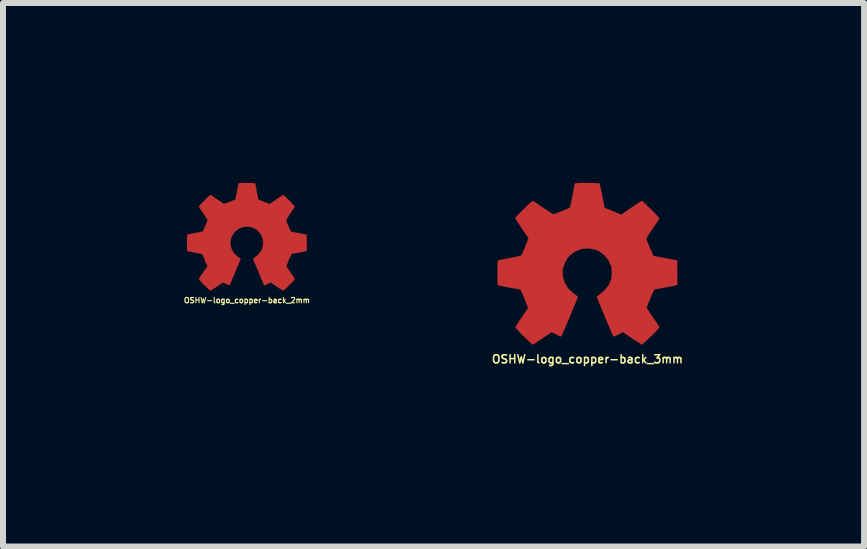
<source format=kicad_pcb>
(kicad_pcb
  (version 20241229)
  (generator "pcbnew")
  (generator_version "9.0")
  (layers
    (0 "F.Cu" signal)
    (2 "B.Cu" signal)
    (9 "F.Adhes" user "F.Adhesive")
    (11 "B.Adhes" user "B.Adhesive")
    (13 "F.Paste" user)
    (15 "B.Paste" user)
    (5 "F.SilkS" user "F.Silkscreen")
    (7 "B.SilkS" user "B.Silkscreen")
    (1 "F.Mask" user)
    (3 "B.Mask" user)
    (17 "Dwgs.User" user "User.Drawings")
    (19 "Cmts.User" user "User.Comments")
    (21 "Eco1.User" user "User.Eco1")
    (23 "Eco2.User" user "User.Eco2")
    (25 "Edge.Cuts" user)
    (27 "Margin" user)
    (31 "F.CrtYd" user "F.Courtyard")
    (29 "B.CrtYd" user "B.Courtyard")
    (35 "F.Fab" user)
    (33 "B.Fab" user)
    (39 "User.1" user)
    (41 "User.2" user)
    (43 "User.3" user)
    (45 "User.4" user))
  (footprint "OSHW-logo_copper-back_2mm"
    (layer "F.Cu")
    (at 1.066 0.898)
    (property "Reference" "OSHW-logo_copper-back_2mm" (at 0 1.059 0) (layer "F.SilkS") (effects (font (size 0.089 0.089) (thickness 0.018))))
    (attr through_hole)
    (fp_poly (pts (xy 0.605 0.897) (xy 0.594 0.892) (xy 0.572 0.876) (xy 0.538 0.856) (xy 0.498 0.828) (xy 0.46 0.803) (xy 0.427 0.78) (xy 0.404 0.765) (xy 0.394 0.759) (xy 0.389 0.762) (xy 0.371 0.772) (xy 0.343 0.785) (xy 0.328 0.792) (xy 0.302 0.805) (xy 0.29 0.808) (xy 0.287 0.803) (xy 0.277 0.785) (xy 0.264 0.752) (xy 0.244 0.709) (xy 0.224 0.658) (xy 0.201 0.602) (xy 0.178 0.546) (xy 0.155 0.493) (xy 0.135 0.445) (xy 0.119 0.406) (xy 0.109 0.378) (xy 0.104 0.368) (xy 0.107 0.366) (xy 0.119 0.353) (xy 0.14 0.338) (xy 0.188 0.297) (xy 0.234 0.239) (xy 0.264 0.173) (xy 0.272 0.099) (xy 0.264 0.033) (xy 0.239 -0.03) (xy 0.193 -0.091) (xy 0.137 -0.135) (xy 0.071 -0.163) (xy 0 -0.17) (xy -0.069 -0.163) (xy -0.135 -0.137) (xy -0.196 -0.091) (xy -0.218 -0.064) (xy -0.254 -0.003) (xy -0.274 0.058) (xy -0.274 0.074) (xy -0.272 0.145) (xy -0.251 0.213) (xy -0.216 0.272) (xy -0.163 0.323) (xy -0.157 0.328) (xy -0.132 0.345) (xy -0.117 0.356) (xy -0.104 0.366) (xy -0.193 0.582) (xy -0.208 0.617) (xy -0.234 0.676) (xy -0.254 0.726) (xy -0.272 0.767) (xy -0.284 0.792) (xy -0.29 0.805) (xy -0.297 0.805) (xy -0.312 0.8) (xy -0.343 0.785) (xy -0.363 0.775) (xy -0.386 0.765) (xy -0.396 0.759) (xy -0.406 0.765) (xy -0.427 0.78) (xy -0.46 0.8) (xy -0.498 0.826) (xy -0.533 0.851) (xy -0.569 0.874) (xy -0.592 0.889) (xy -0.605 0.897) (xy -0.607 0.897) (xy -0.617 0.889) (xy -0.638 0.874) (xy -0.665 0.846) (xy -0.706 0.805) (xy -0.714 0.8) (xy -0.747 0.765) (xy -0.775 0.734) (xy -0.795 0.714) (xy -0.8 0.706) (xy -0.795 0.693) (xy -0.78 0.668) (xy -0.757 0.635) (xy -0.729 0.594) (xy -0.658 0.49) (xy -0.699 0.394) (xy -0.709 0.363) (xy -0.724 0.328) (xy -0.737 0.302) (xy -0.742 0.29) (xy -0.752 0.287) (xy -0.78 0.279) (xy -0.818 0.272) (xy -0.864 0.264) (xy -0.909 0.254) (xy -0.947 0.246) (xy -0.978 0.241) (xy -0.991 0.239) (xy -0.993 0.236) (xy -0.996 0.231) (xy -0.998 0.218) (xy -0.998 0.193) (xy -0.998 0.155) (xy -0.998 0.099) (xy -0.998 0.094) (xy -0.998 0.041) (xy -0.998 0) (xy -0.996 -0.025) (xy -0.993 -0.036) (xy -0.98 -0.041) (xy -0.953 -0.046) (xy -0.914 -0.053) (xy -0.866 -0.064) (xy -0.864 -0.064) (xy -0.815 -0.071) (xy -0.777 -0.081) (xy -0.749 -0.086) (xy -0.737 -0.091) (xy -0.734 -0.094) (xy -0.724 -0.112) (xy -0.711 -0.142) (xy -0.696 -0.178) (xy -0.681 -0.213) (xy -0.665 -0.249) (xy -0.658 -0.272) (xy -0.655 -0.284) (xy -0.663 -0.295) (xy -0.678 -0.32) (xy -0.701 -0.353) (xy -0.729 -0.394) (xy -0.732 -0.399) (xy -0.759 -0.437) (xy -0.78 -0.472) (xy -0.795 -0.495) (xy -0.8 -0.505) (xy -0.8 -0.508) (xy -0.792 -0.518) (xy -0.772 -0.541) (xy -0.742 -0.572) (xy -0.706 -0.607) (xy -0.696 -0.617) (xy -0.658 -0.655) (xy -0.63 -0.681) (xy -0.612 -0.693) (xy -0.605 -0.699) (xy -0.605 -0.696) (xy -0.592 -0.691) (xy -0.566 -0.673) (xy -0.533 -0.65) (xy -0.493 -0.622) (xy -0.49 -0.62) (xy -0.45 -0.594) (xy -0.417 -0.572) (xy -0.394 -0.556) (xy -0.384 -0.549) (xy -0.381 -0.549) (xy -0.366 -0.554) (xy -0.335 -0.564) (xy -0.302 -0.577) (xy -0.264 -0.592) (xy -0.231 -0.607) (xy -0.206 -0.617) (xy -0.193 -0.625) (xy -0.188 -0.64) (xy -0.183 -0.671) (xy -0.173 -0.711) (xy -0.165 -0.759) (xy -0.163 -0.767) (xy -0.155 -0.815) (xy -0.147 -0.853) (xy -0.14 -0.881) (xy -0.137 -0.894) (xy -0.132 -0.894) (xy -0.107 -0.897) (xy -0.071 -0.897) (xy -0.028 -0.897) (xy 0.015 -0.897) (xy 0.058 -0.897) (xy 0.097 -0.894) (xy 0.122 -0.894) (xy 0.135 -0.892) (xy 0.135 -0.889) (xy 0.14 -0.876) (xy 0.145 -0.846) (xy 0.155 -0.805) (xy 0.163 -0.754) (xy 0.165 -0.747) (xy 0.173 -0.699) (xy 0.183 -0.66) (xy 0.188 -0.632) (xy 0.191 -0.622) (xy 0.196 -0.62) (xy 0.213 -0.612) (xy 0.246 -0.599) (xy 0.287 -0.582) (xy 0.378 -0.546) (xy 0.49 -0.622) (xy 0.5 -0.63) (xy 0.541 -0.658) (xy 0.574 -0.678) (xy 0.597 -0.693) (xy 0.607 -0.699) (xy 0.617 -0.688) (xy 0.64 -0.668) (xy 0.671 -0.638) (xy 0.706 -0.605) (xy 0.732 -0.577) (xy 0.762 -0.546) (xy 0.782 -0.526) (xy 0.792 -0.511) (xy 0.798 -0.503) (xy 0.795 -0.498) (xy 0.79 -0.485) (xy 0.772 -0.462) (xy 0.749 -0.427) (xy 0.721 -0.389) (xy 0.699 -0.353) (xy 0.676 -0.318) (xy 0.66 -0.29) (xy 0.653 -0.277) (xy 0.655 -0.272) (xy 0.663 -0.249) (xy 0.676 -0.216) (xy 0.693 -0.175) (xy 0.732 -0.086) (xy 0.79 -0.076) (xy 0.826 -0.069) (xy 0.876 -0.061) (xy 0.922 -0.051) (xy 0.996 -0.036) (xy 0.998 0.231) (xy 0.988 0.236) (xy 0.975 0.241) (xy 0.95 0.246) (xy 0.909 0.254) (xy 0.864 0.262) (xy 0.826 0.269) (xy 0.785 0.277) (xy 0.757 0.282) (xy 0.744 0.284) (xy 0.742 0.29) (xy 0.732 0.31) (xy 0.716 0.34) (xy 0.701 0.376) (xy 0.686 0.414) (xy 0.673 0.45) (xy 0.663 0.475) (xy 0.658 0.49) (xy 0.663 0.5) (xy 0.678 0.523) (xy 0.701 0.556) (xy 0.726 0.594) (xy 0.754 0.635) (xy 0.777 0.668) (xy 0.792 0.693) (xy 0.8 0.704) (xy 0.795 0.711) (xy 0.78 0.729) (xy 0.752 0.759) (xy 0.706 0.805) (xy 0.699 0.81) (xy 0.665 0.846) (xy 0.635 0.871) (xy 0.615 0.892) (xy 0.605 0.897)) (stroke (width 0.003) (type solid)) (fill yes) (layer "F.Cu")))
  (footprint "OSHW-logo_copper-back_3mm"
    (layer "F.Cu")
    (at 6.742 1.347)
    (property "Reference" "OSHW-logo_copper-back_3mm" (at 0 1.59 0) (layer "F.SilkS") (effects (font (size 0.135 0.135) (thickness 0.025))))
    (attr through_hole)
    (fp_poly (pts (xy 0.909 1.346) (xy 0.892 1.339) (xy 0.859 1.316) (xy 0.808 1.283) (xy 0.749 1.245) (xy 0.688 1.204) (xy 0.64 1.171) (xy 0.605 1.148) (xy 0.592 1.14) (xy 0.584 1.143) (xy 0.556 1.158) (xy 0.516 1.179) (xy 0.49 1.191) (xy 0.452 1.206) (xy 0.434 1.212) (xy 0.432 1.206) (xy 0.417 1.176) (xy 0.396 1.128) (xy 0.368 1.062) (xy 0.335 0.986) (xy 0.3 0.904) (xy 0.267 0.82) (xy 0.234 0.742) (xy 0.203 0.668) (xy 0.18 0.61) (xy 0.165 0.569) (xy 0.157 0.551) (xy 0.16 0.549) (xy 0.178 0.531) (xy 0.211 0.505) (xy 0.282 0.447) (xy 0.353 0.361) (xy 0.396 0.262) (xy 0.409 0.15) (xy 0.399 0.048) (xy 0.358 -0.048) (xy 0.29 -0.137) (xy 0.206 -0.203) (xy 0.109 -0.244) (xy 0 -0.257) (xy -0.104 -0.246) (xy -0.203 -0.206) (xy -0.292 -0.14) (xy -0.33 -0.097) (xy -0.381 -0.005) (xy -0.411 0.089) (xy -0.414 0.112) (xy -0.409 0.218) (xy -0.378 0.32) (xy -0.323 0.409) (xy -0.246 0.483) (xy -0.236 0.49) (xy -0.201 0.518) (xy -0.175 0.536) (xy -0.157 0.551) (xy -0.292 0.874) (xy -0.312 0.925) (xy -0.351 1.013) (xy -0.381 1.09) (xy -0.409 1.151) (xy -0.427 1.191) (xy -0.434 1.206) (xy -0.447 1.209) (xy -0.47 1.201) (xy -0.516 1.179) (xy -0.546 1.163) (xy -0.579 1.148) (xy -0.594 1.14) (xy -0.61 1.148) (xy -0.643 1.168) (xy -0.688 1.201) (xy -0.747 1.24) (xy -0.803 1.278) (xy -0.853 1.311) (xy -0.889 1.336) (xy -0.907 1.344) (xy -0.909 1.344) (xy -0.927 1.336) (xy -0.955 1.311) (xy -0.998 1.27) (xy -1.062 1.209) (xy -1.072 1.199) (xy -1.123 1.148) (xy -1.163 1.102) (xy -1.191 1.072) (xy -1.201 1.059) (xy -1.191 1.041) (xy -1.168 1.003) (xy -1.135 0.953) (xy -1.095 0.892) (xy -0.988 0.737) (xy -1.046 0.592) (xy -1.064 0.546) (xy -1.087 0.49) (xy -1.105 0.452) (xy -1.113 0.434) (xy -1.13 0.429) (xy -1.168 0.419) (xy -1.227 0.409) (xy -1.298 0.396) (xy -1.364 0.384) (xy -1.422 0.371) (xy -1.466 0.363) (xy -1.486 0.361) (xy -1.491 0.356) (xy -1.494 0.348) (xy -1.496 0.328) (xy -1.499 0.29) (xy -1.499 0.234) (xy -1.499 0.15) (xy -1.499 0.142) (xy -1.499 0.064) (xy -1.496 0) (xy -1.494 -0.038) (xy -1.491 -0.056) (xy -1.473 -0.061) (xy -1.43 -0.069) (xy -1.372 -0.081) (xy -1.3 -0.094) (xy -1.295 -0.094) (xy -1.224 -0.109) (xy -1.166 -0.122) (xy -1.123 -0.13) (xy -1.105 -0.137) (xy -1.102 -0.142) (xy -1.087 -0.17) (xy -1.067 -0.213) (xy -1.044 -0.267) (xy -1.021 -0.323) (xy -1.001 -0.373) (xy -0.988 -0.409) (xy -0.983 -0.427) (xy -0.993 -0.445) (xy -1.019 -0.48) (xy -1.054 -0.531) (xy -1.095 -0.592) (xy -1.097 -0.597) (xy -1.138 -0.658) (xy -1.171 -0.709) (xy -1.194 -0.744) (xy -1.201 -0.759) (xy -1.201 -0.762) (xy -1.189 -0.78) (xy -1.158 -0.813) (xy -1.113 -0.859) (xy -1.062 -0.912) (xy -1.044 -0.927) (xy -0.986 -0.986) (xy -0.945 -1.021) (xy -0.919 -1.041) (xy -0.909 -1.046) (xy -0.907 -1.046) (xy -0.889 -1.036) (xy -0.851 -1.011) (xy -0.8 -0.975) (xy -0.739 -0.935) (xy -0.737 -0.932) (xy -0.676 -0.892) (xy -0.625 -0.856) (xy -0.589 -0.833) (xy -0.574 -0.826) (xy -0.572 -0.826) (xy -0.549 -0.831) (xy -0.505 -0.846) (xy -0.452 -0.866) (xy -0.396 -0.889) (xy -0.345 -0.909) (xy -0.31 -0.927) (xy -0.292 -0.937) (xy -0.29 -0.937) (xy -0.284 -0.96) (xy -0.274 -1.006) (xy -0.262 -1.067) (xy -0.246 -1.14) (xy -0.244 -1.151) (xy -0.231 -1.224) (xy -0.221 -1.283) (xy -0.211 -1.323) (xy -0.208 -1.341) (xy -0.198 -1.341) (xy -0.163 -1.344) (xy -0.109 -1.346) (xy -0.043 -1.346) (xy 0.023 -1.346) (xy 0.089 -1.346) (xy 0.145 -1.344) (xy 0.185 -1.341) (xy 0.203 -1.336) (xy 0.208 -1.313) (xy 0.218 -1.27) (xy 0.231 -1.206) (xy 0.246 -1.133) (xy 0.249 -1.12) (xy 0.262 -1.049) (xy 0.274 -0.991) (xy 0.282 -0.95) (xy 0.287 -0.935) (xy 0.292 -0.932) (xy 0.323 -0.917) (xy 0.371 -0.899) (xy 0.429 -0.874) (xy 0.566 -0.818) (xy 0.734 -0.935) (xy 0.749 -0.945) (xy 0.81 -0.986) (xy 0.861 -1.019) (xy 0.897 -1.041) (xy 0.909 -1.049) (xy 0.912 -1.049) (xy 0.927 -1.034) (xy 0.96 -1.003) (xy 1.006 -0.958) (xy 1.059 -0.907) (xy 1.1 -0.866) (xy 1.146 -0.82) (xy 1.173 -0.787) (xy 1.191 -0.767) (xy 1.196 -0.754) (xy 1.194 -0.747) (xy 1.184 -0.729) (xy 1.158 -0.693) (xy 1.125 -0.64) (xy 1.085 -0.582) (xy 1.049 -0.531) (xy 1.013 -0.475) (xy 0.991 -0.434) (xy 0.98 -0.417) (xy 0.983 -0.406) (xy 0.996 -0.373) (xy 1.016 -0.325) (xy 1.041 -0.264) (xy 1.1 -0.132) (xy 1.186 -0.114) (xy 1.24 -0.104) (xy 1.313 -0.091) (xy 1.384 -0.076) (xy 1.496 -0.056) (xy 1.499 0.348) (xy 1.481 0.356) (xy 1.466 0.361) (xy 1.425 0.371) (xy 1.367 0.381) (xy 1.298 0.394) (xy 1.237 0.406) (xy 1.179 0.417) (xy 1.135 0.424) (xy 1.118 0.429) (xy 1.113 0.434) (xy 1.097 0.465) (xy 1.077 0.511) (xy 1.054 0.564) (xy 1.029 0.622) (xy 1.008 0.673) (xy 0.993 0.714) (xy 0.988 0.734) (xy 0.996 0.749) (xy 1.019 0.785) (xy 1.052 0.836) (xy 1.092 0.894) (xy 1.133 0.953) (xy 1.166 1.003) (xy 1.191 1.039) (xy 1.199 1.057) (xy 1.194 1.067) (xy 1.171 1.095) (xy 1.128 1.14) (xy 1.062 1.206) (xy 1.049 1.217) (xy 0.998 1.267) (xy 0.953 1.308) (xy 0.922 1.336) (xy 0.909 1.346)) (stroke (width 0.003) (type solid)) (fill yes) (layer "F.Cu")))
  (gr_rect
    (start -3 -3)
    (end 11.354 6.061)
    (stroke (width 0.1) (type default))
    (fill no)
    (layer "Edge.Cuts")))
</source>
